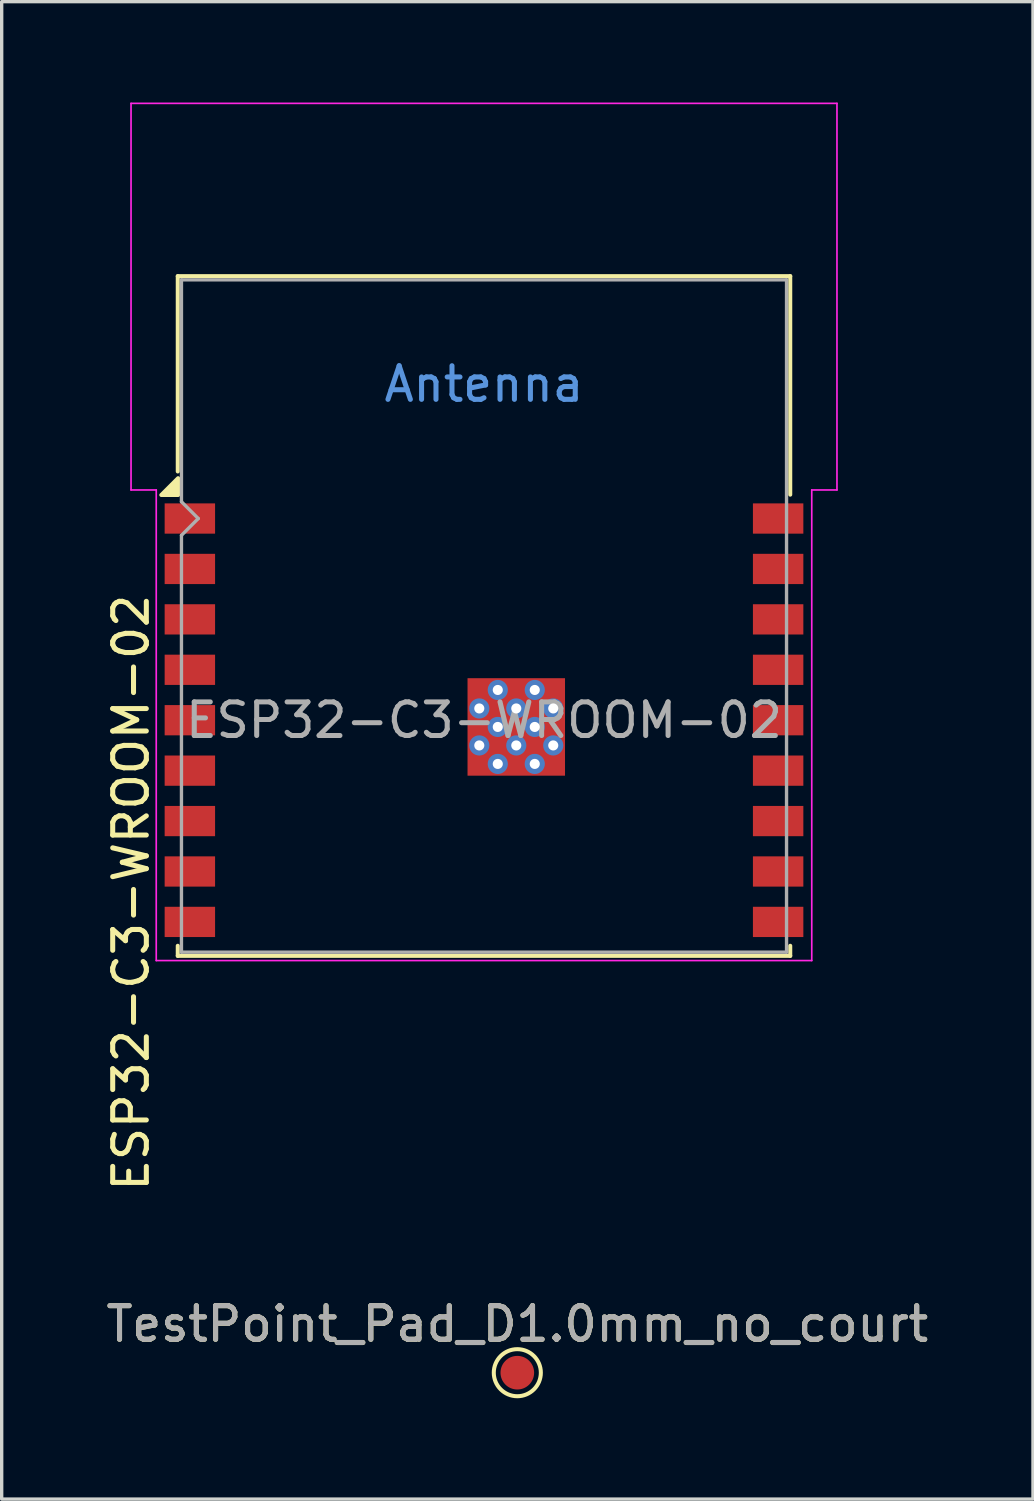
<source format=kicad_pcb>
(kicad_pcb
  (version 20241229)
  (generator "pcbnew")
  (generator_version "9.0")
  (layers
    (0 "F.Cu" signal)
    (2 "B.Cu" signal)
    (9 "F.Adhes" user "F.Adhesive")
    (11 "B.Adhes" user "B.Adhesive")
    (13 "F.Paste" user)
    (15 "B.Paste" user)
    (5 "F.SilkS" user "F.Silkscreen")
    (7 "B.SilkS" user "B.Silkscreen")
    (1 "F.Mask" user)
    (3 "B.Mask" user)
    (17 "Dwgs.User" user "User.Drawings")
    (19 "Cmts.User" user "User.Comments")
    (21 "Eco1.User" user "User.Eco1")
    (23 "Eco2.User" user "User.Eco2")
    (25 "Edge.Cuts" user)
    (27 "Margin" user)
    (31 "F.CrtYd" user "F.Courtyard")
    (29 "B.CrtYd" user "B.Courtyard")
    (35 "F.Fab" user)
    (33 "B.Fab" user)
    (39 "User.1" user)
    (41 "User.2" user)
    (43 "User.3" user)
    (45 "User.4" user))
  (footprint "TestPoint_Pad_D1.0mm_no_court"
    (layer "F.Cu")
    (at 12.339 37.785)
    (property "Reference" "TestPoint_Pad_D1.0mm_no_court" (at 0 -1.448 0) (layer "F.SilkS") (effects (font (size 1 1) (thickness 0.15))))
    (attr exclude_from_pos_files exclude_from_bom)
    (fp_circle (center 0 0) (end 0 0.7) (stroke (width 0.12) (type solid)) (fill no) (layer "F.SilkS"))
    (fp_text user "${REFERENCE}" (at 0 -1.45 0) (layer "F.Fab") (effects (font (size 1 1) (thickness 0.15))))
    (pad "1" smd circle (at 0 0) (size 1 1) (layers "F.Cu" "F.Mask")))
  (footprint "ESP32-C3-WROOM-02"
    (layer "F.Cu")
    (at 11.348 18.375)
    (property "Reference" "ESP32-C3-WROOM-02" (at -10.5 5.13 90) (layer "F.SilkS") (effects (font (size 1 1) (thickness 0.15))))
    (attr smd)
    (fp_line (start -9.11 -13.21) (end -9.11 -7.4) (stroke (width 0.12) (type solid)) (layer "F.SilkS"))
    (fp_line (start -9.11 -13.21) (end 9.11 -13.21) (stroke (width 0.12) (type solid)) (layer "F.SilkS"))
    (fp_line (start -9.11 6.71) (end -9.11 7.01) (stroke (width 0.12) (type solid)) (layer "F.SilkS"))
    (fp_line (start -9.11 7.01) (end 9.11 7.01) (stroke (width 0.12) (type solid)) (layer "F.SilkS"))
    (fp_line (start 9.11 -13.21) (end 9.11 -6.71) (stroke (width 0.12) (type solid)) (layer "F.SilkS"))
    (fp_line (start 9.11 6.71) (end 9.11 7.01) (stroke (width 0.12) (type solid)) (layer "F.SilkS"))
    (fp_poly (pts (xy -9.1 -6.7) (xy -9.6 -6.7) (xy -9.1 -7.2) (xy -9.1 -6.7)) (stroke (width 0.12) (type solid)) (fill yes) (layer "F.SilkS"))
    (fp_line (start -10.5 -18.35) (end -10.5 -6.85) (stroke (width 0.05) (type solid)) (layer "F.CrtYd"))
    (fp_line (start -10.5 -18.35) (end 10.5 -18.35) (stroke (width 0.05) (type solid)) (layer "F.CrtYd"))
    (fp_line (start -10.5 -6.85) (end -9.75 -6.85) (stroke (width 0.05) (type solid)) (layer "F.CrtYd"))
    (fp_line (start -9.75 7.15) (end -9.75 -6.85) (stroke (width 0.05) (type solid)) (layer "F.CrtYd"))
    (fp_line (start -9.75 7.15) (end 9.75 7.15) (stroke (width 0.05) (type solid)) (layer "F.CrtYd"))
    (fp_line (start 9.75 -6.85) (end 9.75 7.15) (stroke (width 0.05) (type solid)) (layer "F.CrtYd"))
    (fp_line (start 9.75 -6.85) (end 10.5 -6.85) (stroke (width 0.05) (type solid)) (layer "F.CrtYd"))
    (fp_line (start 10.5 -18.35) (end 10.5 -6.85) (stroke (width 0.05) (type solid)) (layer "F.CrtYd"))
    (fp_line (start -9 -13.1) (end -9 -6.5) (stroke (width 0.1) (type solid)) (layer "F.Fab"))
    (fp_line (start -9 -13.1) (end 9 -13.1) (stroke (width 0.1) (type solid)) (layer "F.Fab"))
    (fp_line (start -9 -6.5) (end -8.5 -6) (stroke (width 0.1) (type solid)) (layer "F.Fab"))
    (fp_line (start -9 -5.5) (end -9 6.9) (stroke (width 0.1) (type solid)) (layer "F.Fab"))
    (fp_line (start -9 6.9) (end 9 6.9) (stroke (width 0.1) (type solid)) (layer "F.Fab"))
    (fp_line (start -8.5 -6) (end -9 -5.5) (stroke (width 0.1) (type solid)) (layer "F.Fab"))
    (fp_line (start 9 6.9) (end 9 -13.1) (stroke (width 0.1) (type solid)) (layer "F.Fab"))
    (fp_text user "Antenna" (at 0 -10 0) (layer "Cmts.User") (effects (font (size 1 1) (thickness 0.15))))
    (fp_text user "${REFERENCE}" (at 0 0 0) (layer "F.Fab") (effects (font (size 1 1) (thickness 0.15))))
    (pad "" smd rect (at -0.14 -0.9) (size 0.7 0.7) (layers "F.Paste"))
    (pad "" smd rect (at -0.14 0.2) (size 0.7 0.7) (layers "F.Paste"))
    (pad "" smd rect (at -0.14 1.3) (size 0.7 0.7) (layers "F.Paste"))
    (pad "" smd rect (at 0.96 -0.9) (size 0.7 0.7) (layers "F.Paste"))
    (pad "" smd rect (at 0.96 0.2) (size 0.7 0.7) (layers "F.Paste"))
    (pad "" smd rect (at 0.96 1.3) (size 0.7 0.7) (layers "F.Paste"))
    (pad "" smd rect (at 2.06 -0.9) (size 0.7 0.7) (layers "F.Paste"))
    (pad "" smd rect (at 2.06 0.2) (size 0.7 0.7) (layers "F.Paste"))
    (pad "" smd rect (at 2.06 1.3) (size 0.7 0.7) (layers "F.Paste"))
    (pad "1" smd rect (at -8.75 -6) (size 1.5 0.9) (layers "F.Cu" "F.Mask" "F.Paste"))
    (pad "2" smd rect (at -8.75 -4.5) (size 1.5 0.9) (layers "F.Cu" "F.Mask" "F.Paste"))
    (pad "3" smd rect (at -8.75 -3) (size 1.5 0.9) (layers "F.Cu" "F.Mask" "F.Paste"))
    (pad "4" smd rect (at -8.75 -1.5) (size 1.5 0.9) (layers "F.Cu" "F.Mask" "F.Paste"))
    (pad "5" smd rect (at -8.75 0) (size 1.5 0.9) (layers "F.Cu" "F.Mask" "F.Paste"))
    (pad "6" smd rect (at -8.75 1.5) (size 1.5 0.9) (layers "F.Cu" "F.Mask" "F.Paste"))
    (pad "7" smd rect (at -8.75 3) (size 1.5 0.9) (layers "F.Cu" "F.Mask" "F.Paste"))
    (pad "8" smd rect (at -8.75 4.5) (size 1.5 0.9) (layers "F.Cu" "F.Mask" "F.Paste"))
    (pad "9" smd rect (at -8.75 6) (size 1.5 0.9) (layers "F.Cu" "F.Mask" "F.Paste"))
    (pad "10" smd rect (at 8.75 6) (size 1.5 0.9) (layers "F.Cu" "F.Mask" "F.Paste"))
    (pad "11" smd rect (at 8.75 4.5) (size 1.5 0.9) (layers "F.Cu" "F.Mask" "F.Paste"))
    (pad "12" smd rect (at 8.75 3) (size 1.5 0.9) (layers "F.Cu" "F.Mask" "F.Paste"))
    (pad "13" smd rect (at 8.75 1.5) (size 1.5 0.9) (layers "F.Cu" "F.Mask" "F.Paste"))
    (pad "14" smd rect (at 8.75 0) (size 1.5 0.9) (layers "F.Cu" "F.Mask" "F.Paste"))
    (pad "15" smd rect (at 8.75 -1.5) (size 1.5 0.9) (layers "F.Cu" "F.Mask" "F.Paste"))
    (pad "16" smd rect (at 8.75 -3) (size 1.5 0.9) (layers "F.Cu" "F.Mask" "F.Paste"))
    (pad "17" smd rect (at 8.75 -4.5) (size 1.5 0.9) (layers "F.Cu" "F.Mask" "F.Paste"))
    (pad "18" smd rect (at 8.75 -6) (size 1.5 0.9) (layers "F.Cu" "F.Mask" "F.Paste"))
    (pad "19" thru_hole circle (at -0.14 -0.35) (size 0.6 0.6) (drill 0.3) (property pad_prop_heatsink) (layers "*.Cu" "F.Mask"))
    (pad "19" thru_hole circle (at -0.14 0.75) (size 0.6 0.6) (drill 0.3) (property pad_prop_heatsink) (layers "*.Cu" "F.Mask"))
    (pad "19" thru_hole circle (at 0.41 -0.9) (size 0.6 0.6) (drill 0.3) (property pad_prop_heatsink) (layers "*.Cu" "F.Mask"))
    (pad "19" thru_hole circle (at 0.41 0.2) (size 0.6 0.6) (drill 0.3) (property pad_prop_heatsink) (layers "*.Cu" "F.Mask"))
    (pad "19" thru_hole circle (at 0.41 1.3) (size 0.6 0.6) (drill 0.3) (property pad_prop_heatsink) (layers "*.Cu" "F.Mask"))
    (pad "19" thru_hole circle (at 0.96 -0.35) (size 0.6 0.6) (drill 0.3) (property pad_prop_heatsink) (layers "*.Cu" "F.Mask"))
    (pad "19" smd rect (at 0.96 0.2) (size 2.9 2.9) (property pad_prop_heatsink) (layers "F.Cu" "F.Mask"))
    (pad "19" thru_hole circle (at 0.96 0.75) (size 0.6 0.6) (drill 0.3) (property pad_prop_heatsink) (layers "*.Cu" "F.Mask"))
    (pad "19" thru_hole circle (at 1.51 -0.9) (size 0.6 0.6) (drill 0.3) (property pad_prop_heatsink) (layers "*.Cu" "F.Mask"))
    (pad "19" thru_hole circle (at 1.51 0.2) (size 0.6 0.6) (drill 0.3) (property pad_prop_heatsink) (layers "*.Cu" "F.Mask"))
    (pad "19" thru_hole circle (at 1.51 1.3) (size 0.6 0.6) (drill 0.3) (property pad_prop_heatsink) (layers "*.Cu" "F.Mask"))
    (pad "19" thru_hole circle (at 2.06 -0.35) (size 0.6 0.6) (drill 0.3) (property pad_prop_heatsink) (layers "*.Cu" "F.Mask"))
    (pad "19" thru_hole circle (at 2.06 0.75) (size 0.6 0.6) (drill 0.3) (property pad_prop_heatsink) (layers "*.Cu" "F.Mask"))
    (zone (net_name "") (layers "F.Cu" "B.Cu") (hatch full 0.508) (connect_pads) (min_thickness 0.254) (filled_areas_thickness no) (keepout (tracks not_allowed) (vias not_allowed) (pads not_allowed) (copperpour not_allowed) (footprints not_allowed)) (placement (enabled no)) (fill) (polygon (pts (xy 1.348 11.275) (xy 21.348 11.275) (xy 21.348 0.275) (xy 1.348 0.275)))))
  (gr_rect
    (start -3 -3)
    (end 27.679 41.545)
    (stroke (width 0.1) (type default))
    (fill no)
    (layer "Edge.Cuts")))
</source>
